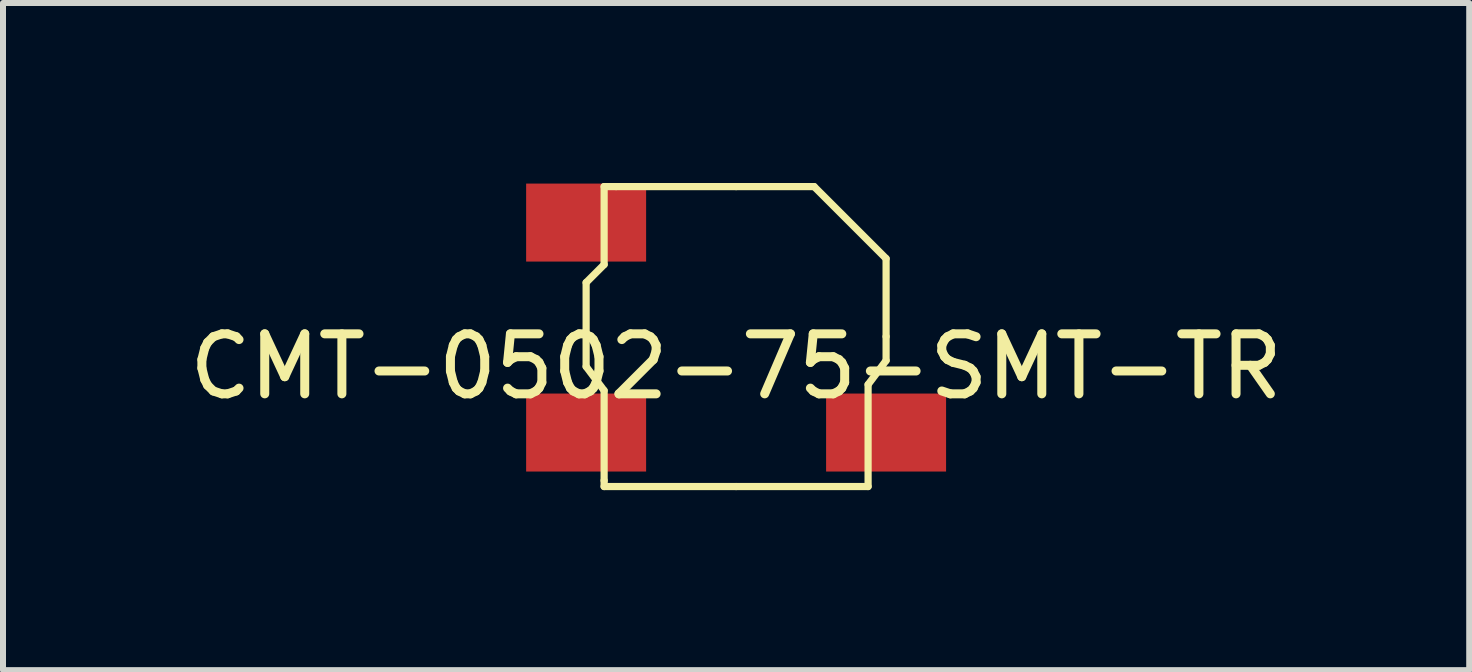
<source format=kicad_pcb>
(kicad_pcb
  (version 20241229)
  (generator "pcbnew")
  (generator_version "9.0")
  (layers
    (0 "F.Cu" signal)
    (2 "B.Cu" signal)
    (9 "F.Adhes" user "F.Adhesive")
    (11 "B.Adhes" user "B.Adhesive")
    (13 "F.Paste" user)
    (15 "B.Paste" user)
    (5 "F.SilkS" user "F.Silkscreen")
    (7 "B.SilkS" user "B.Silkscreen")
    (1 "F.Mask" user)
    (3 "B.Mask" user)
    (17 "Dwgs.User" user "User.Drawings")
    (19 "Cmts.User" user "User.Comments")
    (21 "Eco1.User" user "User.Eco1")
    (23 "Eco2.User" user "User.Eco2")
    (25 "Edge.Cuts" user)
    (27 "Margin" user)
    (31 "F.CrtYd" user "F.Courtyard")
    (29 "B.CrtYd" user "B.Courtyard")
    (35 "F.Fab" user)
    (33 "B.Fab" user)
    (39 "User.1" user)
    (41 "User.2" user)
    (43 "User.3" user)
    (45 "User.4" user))
  (footprint "CMT-0502-75-SMT-TR"
    (layer "F.Cu")
    (at 9.22 2.56)
    (property "Reference" "CMT-0502-75-SMT-TR" (at 0 0.5 0) (layer "F.SilkS") (effects (font (size 1 1) (thickness 0.15))))
    (attr through_hole)
    (fp_line (start -2.5 -0.9) (end -2.2 -1.2) (stroke (width 0.12) (type solid)) (layer "F.SilkS"))
    (fp_line (start -2.5 0) (end -2.5 -0.9) (stroke (width 0.12) (type solid)) (layer "F.SilkS"))
    (fp_line (start -2.5 0) (end -2.5 0.5) (stroke (width 0.12) (type solid)) (layer "F.SilkS"))
    (fp_line (start -2.5 0.5) (end -2.2 0.9) (stroke (width 0.12) (type solid)) (layer "F.SilkS"))
    (fp_line (start -2.2 -2.5) (end -2 -2.5) (stroke (width 0.12) (type solid)) (layer "F.SilkS"))
    (fp_line (start -2.2 -1.2) (end -2.2 -2.5) (stroke (width 0.12) (type solid)) (layer "F.SilkS"))
    (fp_line (start -2.2 0.9) (end -2.2 2.4) (stroke (width 0.12) (type solid)) (layer "F.SilkS"))
    (fp_line (start -2.2 2.5) (end -2.2 2.4) (stroke (width 0.12) (type solid)) (layer "F.SilkS"))
    (fp_line (start 0 -2.5) (end -2 -2.5) (stroke (width 0.12) (type solid)) (layer "F.SilkS"))
    (fp_line (start 0 -2.5) (end 1.3 -2.5) (stroke (width 0.12) (type solid)) (layer "F.SilkS"))
    (fp_line (start 0 2.5) (end -2.2 2.5) (stroke (width 0.12) (type solid)) (layer "F.SilkS"))
    (fp_line (start 1.3 -2.5) (end 2.5 -1.3) (stroke (width 0.12) (type solid)) (layer "F.SilkS"))
    (fp_line (start 2.2 0.8) (end 2.2 2.5) (stroke (width 0.12) (type solid)) (layer "F.SilkS"))
    (fp_line (start 2.2 2.5) (end 0 2.5) (stroke (width 0.12) (type solid)) (layer "F.SilkS"))
    (fp_line (start 2.5 -1.3) (end 2.5 0) (stroke (width 0.12) (type solid)) (layer "F.SilkS"))
    (fp_line (start 2.5 0) (end 2.5 0.4) (stroke (width 0.12) (type solid)) (layer "F.SilkS"))
    (fp_line (start 2.5 0.4) (end 2.2 0.8) (stroke (width 0.12) (type solid)) (layer "F.SilkS"))
    (pad "" smd rect (at -3.5 -1.9) (size 2 1.3) (drill (offset 1 0)) (layers "F.Cu" "F.Mask" "F.Paste"))
    (pad "1" smd rect (at -2.5 1.6) (size 2 1.3) (layers "F.Cu" "F.Mask" "F.Paste"))
    (pad "2" smd rect (at 2.5 1.6) (size 2 1.3) (layers "F.Cu" "F.Mask" "F.Paste")))
  (gr_rect
    (start -3 -3)
    (end 21.44 8.12)
    (stroke (width 0.1) (type default))
    (fill no)
    (layer "Edge.Cuts")))
</source>
